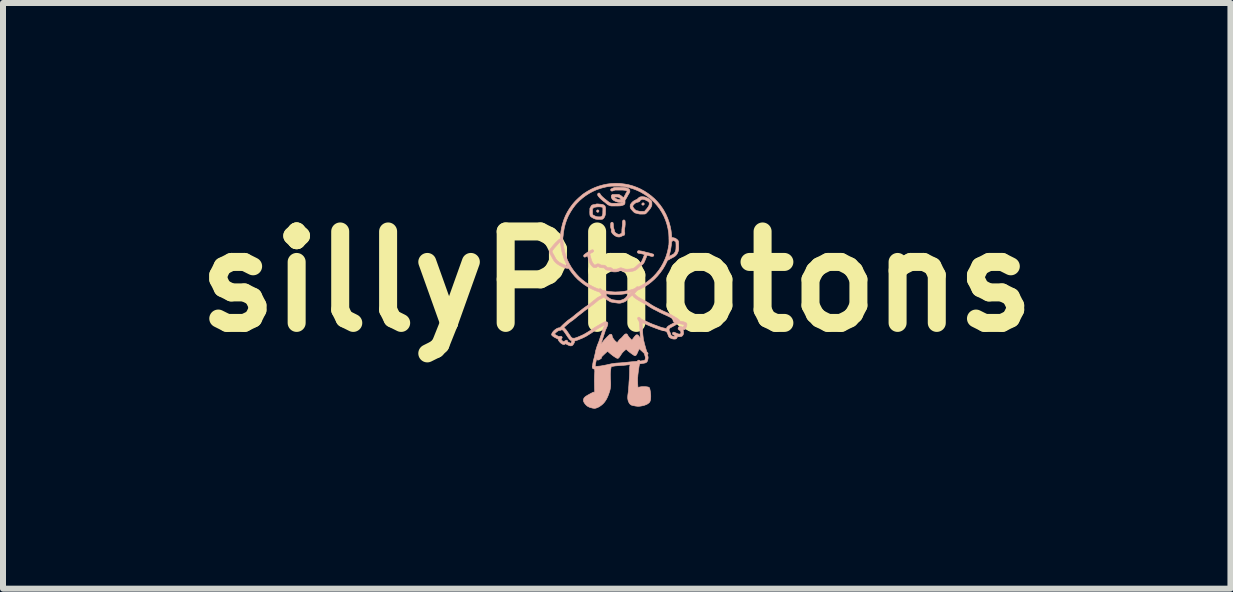
<source format=kicad_pcb>
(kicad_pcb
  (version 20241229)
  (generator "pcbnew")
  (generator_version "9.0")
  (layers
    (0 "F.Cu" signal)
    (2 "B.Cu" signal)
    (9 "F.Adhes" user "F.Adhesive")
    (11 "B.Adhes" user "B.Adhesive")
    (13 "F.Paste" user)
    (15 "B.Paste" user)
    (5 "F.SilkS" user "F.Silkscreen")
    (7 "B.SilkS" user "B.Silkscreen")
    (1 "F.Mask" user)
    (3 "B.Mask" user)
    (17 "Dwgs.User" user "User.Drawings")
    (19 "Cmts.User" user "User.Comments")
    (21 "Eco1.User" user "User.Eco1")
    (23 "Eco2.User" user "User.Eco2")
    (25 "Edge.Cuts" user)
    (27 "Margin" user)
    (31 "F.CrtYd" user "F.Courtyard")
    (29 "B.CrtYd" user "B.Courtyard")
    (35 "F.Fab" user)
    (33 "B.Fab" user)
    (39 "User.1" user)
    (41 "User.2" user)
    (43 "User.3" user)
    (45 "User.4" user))
  (footprint "sillyPhotons"
    (layer "F.Cu")
    (at 7.228 1.642)
    (property "Reference" "sillyPhotons" (at 0 0 0) (layer "F.SilkS") (effects (font (size 1.524 1.524) (thickness 0.3))))
    (attr through_hole)
    (fp_poly (pts (xy -0.306 -1.191) (xy -0.299 -1.185) (xy -0.296 -1.175) (xy -0.296 -1.174) (xy -0.299 -1.164) (xy -0.306 -1.157) (xy -0.315 -1.154) (xy -0.316 -1.154) (xy -0.324 -1.156) (xy -0.33 -1.16) (xy -0.335 -1.168) (xy -0.335 -1.177) (xy -0.332 -1.186) (xy -0.325 -1.192) (xy -0.316 -1.194) (xy -0.306 -1.191)) (stroke (width 0.01) (type solid)) (fill yes) (layer "B.SilkS"))
    (fp_poly (pts (xy 0.449 -1.309) (xy 0.455 -1.303) (xy 0.459 -1.296) (xy 0.458 -1.287) (xy 0.454 -1.28) (xy 0.446 -1.274) (xy 0.437 -1.273) (xy 0.427 -1.275) (xy 0.423 -1.278) (xy 0.418 -1.287) (xy 0.419 -1.296) (xy 0.424 -1.305) (xy 0.425 -1.305) (xy 0.433 -1.311) (xy 0.442 -1.312) (xy 0.449 -1.309)) (stroke (width 0.01) (type solid)) (fill yes) (layer "B.SilkS"))
    (fp_poly (pts (xy 0.129 -1.024) (xy 0.136 -1.017) (xy 0.137 -1.016) (xy 0.139 -1.009) (xy 0.14 -0.997) (xy 0.141 -0.983) (xy 0.141 -0.966) (xy 0.141 -0.949) (xy 0.139 -0.932) (xy 0.138 -0.917) (xy 0.137 -0.91) (xy 0.134 -0.893) (xy 0.132 -0.874) (xy 0.131 -0.857) (xy 0.13 -0.84) (xy 0.131 -0.827) (xy 0.133 -0.818) (xy 0.135 -0.808) (xy 0.134 -0.798) (xy 0.133 -0.797) (xy 0.131 -0.787) (xy 0.129 -0.779) (xy 0.128 -0.778) (xy 0.126 -0.772) (xy 0.121 -0.771) (xy 0.119 -0.771) (xy 0.113 -0.769) (xy 0.104 -0.766) (xy 0.093 -0.761) (xy 0.085 -0.757) (xy 0.072 -0.751) (xy 0.063 -0.747) (xy 0.054 -0.744) (xy 0.045 -0.743) (xy 0.039 -0.743) (xy 0.023 -0.743) (xy 0.009 -0.746) (xy -0.00034 -0.749) (xy -0.017 -0.756) (xy -0.034 -0.767) (xy -0.05 -0.779) (xy -0.065 -0.793) (xy -0.076 -0.806) (xy -0.079 -0.811) (xy -0.084 -0.82) (xy -0.088 -0.829) (xy -0.09 -0.832) (xy -0.092 -0.838) (xy -0.092 -0.844) (xy -0.09 -0.85) (xy -0.089 -0.856) (xy -0.088 -0.861) (xy -0.09 -0.868) (xy -0.093 -0.878) (xy -0.094 -0.881) (xy -0.098 -0.891) (xy -0.1 -0.9) (xy -0.101 -0.91) (xy -0.102 -0.922) (xy -0.102 -0.935) (xy -0.101 -0.954) (xy -0.1 -0.968) (xy -0.097 -0.978) (xy -0.092 -0.984) (xy -0.086 -0.987) (xy -0.078 -0.988) (xy -0.071 -0.986) (xy -0.065 -0.982) (xy -0.062 -0.98) (xy -0.06 -0.977) (xy -0.059 -0.972) (xy -0.058 -0.964) (xy -0.057 -0.953) (xy -0.056 -0.939) (xy -0.055 -0.922) (xy -0.054 -0.908) (xy -0.052 -0.897) (xy -0.049 -0.885) (xy -0.045 -0.873) (xy -0.041 -0.861) (xy -0.038 -0.849) (xy -0.036 -0.84) (xy -0.036 -0.836) (xy -0.032 -0.826) (xy -0.024 -0.816) (xy -0.011 -0.806) (xy 0.004 -0.797) (xy 0.02 -0.79) (xy 0.033 -0.787) (xy 0.045 -0.788) (xy 0.059 -0.793) (xy 0.067 -0.797) (xy 0.084 -0.807) (xy 0.086 -0.849) (xy 0.086 -0.866) (xy 0.088 -0.883) (xy 0.089 -0.898) (xy 0.091 -0.91) (xy 0.091 -0.912) (xy 0.093 -0.925) (xy 0.095 -0.942) (xy 0.096 -0.961) (xy 0.096 -0.969) (xy 0.096 -0.987) (xy 0.097 -1.001) (xy 0.099 -1.01) (xy 0.102 -1.017) (xy 0.106 -1.021) (xy 0.11 -1.024) (xy 0.12 -1.027) (xy 0.129 -1.024)) (stroke (width 0.01) (type solid)) (fill yes) (layer "B.SilkS"))
    (fp_poly (pts (xy -0.316 -1.293) (xy -0.302 -1.292) (xy -0.284 -1.29) (xy -0.284 -1.29) (xy -0.264 -1.288) (xy -0.249 -1.286) (xy -0.237 -1.284) (xy -0.227 -1.281) (xy -0.219 -1.277) (xy -0.215 -1.274) (xy -0.206 -1.268) (xy -0.199 -1.262) (xy -0.194 -1.255) (xy -0.191 -1.247) (xy -0.188 -1.236) (xy -0.187 -1.222) (xy -0.186 -1.204) (xy -0.187 -1.181) (xy -0.187 -1.167) (xy -0.188 -1.149) (xy -0.188 -1.135) (xy -0.189 -1.124) (xy -0.19 -1.116) (xy -0.192 -1.108) (xy -0.194 -1.1) (xy -0.197 -1.092) (xy -0.207 -1.07) (xy -0.218 -1.054) (xy -0.231 -1.043) (xy -0.235 -1.04) (xy -0.243 -1.038) (xy -0.255 -1.037) (xy -0.27 -1.036) (xy -0.287 -1.035) (xy -0.305 -1.036) (xy -0.322 -1.036) (xy -0.338 -1.038) (xy -0.35 -1.04) (xy -0.356 -1.041) (xy -0.373 -1.048) (xy -0.391 -1.056) (xy -0.409 -1.066) (xy -0.424 -1.076) (xy -0.435 -1.086) (xy -0.438 -1.089) (xy -0.442 -1.095) (xy -0.445 -1.103) (xy -0.447 -1.114) (xy -0.448 -1.128) (xy -0.449 -1.146) (xy -0.449 -1.168) (xy -0.448 -1.178) (xy -0.448 -1.211) (xy -0.404 -1.211) (xy -0.404 -1.116) (xy -0.393 -1.109) (xy -0.38 -1.101) (xy -0.364 -1.093) (xy -0.348 -1.086) (xy -0.34 -1.083) (xy -0.33 -1.08) (xy -0.315 -1.079) (xy -0.295 -1.078) (xy -0.293 -1.078) (xy -0.278 -1.078) (xy -0.267 -1.079) (xy -0.26 -1.08) (xy -0.255 -1.081) (xy -0.251 -1.083) (xy -0.248 -1.088) (xy -0.243 -1.097) (xy -0.239 -1.107) (xy -0.238 -1.108) (xy -0.236 -1.115) (xy -0.234 -1.122) (xy -0.233 -1.129) (xy -0.232 -1.138) (xy -0.232 -1.15) (xy -0.232 -1.165) (xy -0.231 -1.18) (xy -0.231 -1.233) (xy -0.241 -1.238) (xy -0.248 -1.24) (xy -0.261 -1.243) (xy -0.275 -1.244) (xy -0.292 -1.245) (xy -0.308 -1.245) (xy -0.323 -1.244) (xy -0.327 -1.244) (xy -0.346 -1.241) (xy -0.36 -1.239) (xy -0.37 -1.237) (xy -0.378 -1.234) (xy -0.384 -1.23) (xy -0.39 -1.225) (xy -0.392 -1.223) (xy -0.404 -1.211) (xy -0.448 -1.211) (xy -0.447 -1.221) (xy -0.437 -1.238) (xy -0.432 -1.247) (xy -0.428 -1.254) (xy -0.426 -1.258) (xy -0.426 -1.258) (xy -0.424 -1.262) (xy -0.418 -1.268) (xy -0.411 -1.273) (xy -0.405 -1.276) (xy -0.398 -1.279) (xy -0.387 -1.281) (xy -0.378 -1.282) (xy -0.366 -1.284) (xy -0.355 -1.286) (xy -0.349 -1.288) (xy -0.344 -1.291) (xy -0.339 -1.292) (xy -0.333 -1.293) (xy -0.326 -1.293) (xy -0.316 -1.293)) (stroke (width 0.01) (type solid)) (fill yes) (layer "B.SilkS"))
    (fp_poly (pts (xy 0.438 -1.413) (xy 0.453 -1.412) (xy 0.464 -1.41) (xy 0.466 -1.41) (xy 0.487 -1.403) (xy 0.509 -1.394) (xy 0.53 -1.383) (xy 0.548 -1.371) (xy 0.564 -1.358) (xy 0.576 -1.346) (xy 0.578 -1.343) (xy 0.581 -1.337) (xy 0.583 -1.332) (xy 0.585 -1.326) (xy 0.585 -1.318) (xy 0.586 -1.306) (xy 0.586 -1.298) (xy 0.586 -1.284) (xy 0.585 -1.274) (xy 0.584 -1.266) (xy 0.582 -1.259) (xy 0.578 -1.251) (xy 0.574 -1.242) (xy 0.568 -1.231) (xy 0.561 -1.22) (xy 0.552 -1.207) (xy 0.54 -1.192) (xy 0.527 -1.176) (xy 0.515 -1.163) (xy 0.504 -1.151) (xy 0.494 -1.141) (xy 0.487 -1.133) (xy 0.482 -1.13) (xy 0.482 -1.13) (xy 0.477 -1.128) (xy 0.471 -1.126) (xy 0.462 -1.125) (xy 0.45 -1.125) (xy 0.434 -1.124) (xy 0.43 -1.124) (xy 0.415 -1.124) (xy 0.401 -1.124) (xy 0.39 -1.124) (xy 0.383 -1.125) (xy 0.381 -1.125) (xy 0.373 -1.127) (xy 0.361 -1.129) (xy 0.348 -1.132) (xy 0.334 -1.136) (xy 0.321 -1.139) (xy 0.31 -1.142) (xy 0.304 -1.144) (xy 0.303 -1.144) (xy 0.297 -1.148) (xy 0.288 -1.155) (xy 0.277 -1.165) (xy 0.266 -1.177) (xy 0.255 -1.189) (xy 0.245 -1.2) (xy 0.237 -1.211) (xy 0.235 -1.214) (xy 0.23 -1.223) (xy 0.227 -1.231) (xy 0.225 -1.238) (xy 0.224 -1.248) (xy 0.224 -1.254) (xy 0.268 -1.254) (xy 0.27 -1.244) (xy 0.277 -1.232) (xy 0.287 -1.218) (xy 0.301 -1.203) (xy 0.303 -1.202) (xy 0.312 -1.193) (xy 0.319 -1.187) (xy 0.326 -1.183) (xy 0.333 -1.181) (xy 0.337 -1.18) (xy 0.35 -1.178) (xy 0.362 -1.175) (xy 0.368 -1.173) (xy 0.379 -1.171) (xy 0.395 -1.169) (xy 0.416 -1.169) (xy 0.422 -1.169) (xy 0.462 -1.168) (xy 0.493 -1.204) (xy 0.509 -1.223) (xy 0.521 -1.24) (xy 0.53 -1.254) (xy 0.536 -1.266) (xy 0.54 -1.278) (xy 0.542 -1.29) (xy 0.542 -1.297) (xy 0.542 -1.308) (xy 0.541 -1.315) (xy 0.539 -1.32) (xy 0.535 -1.324) (xy 0.534 -1.325) (xy 0.516 -1.34) (xy 0.493 -1.352) (xy 0.468 -1.363) (xy 0.452 -1.367) (xy 0.438 -1.37) (xy 0.428 -1.371) (xy 0.42 -1.37) (xy 0.415 -1.366) (xy 0.413 -1.365) (xy 0.404 -1.359) (xy 0.398 -1.357) (xy 0.392 -1.357) (xy 0.39 -1.353) (xy 0.389 -1.352) (xy 0.388 -1.344) (xy 0.386 -1.34) (xy 0.382 -1.336) (xy 0.373 -1.331) (xy 0.363 -1.326) (xy 0.352 -1.322) (xy 0.343 -1.321) (xy 0.342 -1.321) (xy 0.329 -1.318) (xy 0.314 -1.31) (xy 0.297 -1.297) (xy 0.293 -1.293) (xy 0.281 -1.281) (xy 0.273 -1.271) (xy 0.269 -1.262) (xy 0.268 -1.254) (xy 0.224 -1.254) (xy 0.224 -1.255) (xy 0.225 -1.266) (xy 0.225 -1.275) (xy 0.228 -1.281) (xy 0.232 -1.288) (xy 0.235 -1.294) (xy 0.252 -1.316) (xy 0.272 -1.335) (xy 0.294 -1.35) (xy 0.317 -1.361) (xy 0.325 -1.364) (xy 0.335 -1.368) (xy 0.346 -1.376) (xy 0.353 -1.384) (xy 0.368 -1.397) (xy 0.383 -1.407) (xy 0.4 -1.412) (xy 0.419 -1.414) (xy 0.424 -1.414) (xy 0.438 -1.413)) (stroke (width 0.01) (type solid)) (fill yes) (layer "B.SilkS"))
    (fp_poly (pts (xy 0.099 -1.569) (xy 0.11 -1.569) (xy 0.12 -1.568) (xy 0.128 -1.567) (xy 0.136 -1.566) (xy 0.144 -1.564) (xy 0.151 -1.562) (xy 0.171 -1.557) (xy 0.186 -1.552) (xy 0.197 -1.546) (xy 0.205 -1.54) (xy 0.21 -1.535) (xy 0.217 -1.522) (xy 0.22 -1.507) (xy 0.217 -1.491) (xy 0.209 -1.474) (xy 0.206 -1.47) (xy 0.201 -1.462) (xy 0.194 -1.45) (xy 0.186 -1.436) (xy 0.178 -1.421) (xy 0.178 -1.42) (xy 0.17 -1.406) (xy 0.162 -1.392) (xy 0.155 -1.38) (xy 0.149 -1.372) (xy 0.149 -1.371) (xy 0.138 -1.356) (xy 0.138 -1.329) (xy 0.138 -1.312) (xy 0.136 -1.299) (xy 0.131 -1.289) (xy 0.124 -1.282) (xy 0.112 -1.275) (xy 0.096 -1.27) (xy 0.086 -1.267) (xy 0.079 -1.265) (xy 0.072 -1.263) (xy 0.064 -1.262) (xy 0.055 -1.261) (xy 0.043 -1.261) (xy 0.028 -1.26) (xy 0.009 -1.26) (xy -0.014 -1.26) (xy -0.016 -1.26) (xy -0.039 -1.259) (xy -0.057 -1.259) (xy -0.071 -1.259) (xy -0.082 -1.259) (xy -0.091 -1.26) (xy -0.097 -1.261) (xy -0.103 -1.262) (xy -0.108 -1.263) (xy -0.113 -1.265) (xy -0.129 -1.271) (xy -0.141 -1.277) (xy -0.152 -1.283) (xy -0.162 -1.291) (xy -0.171 -1.299) (xy -0.181 -1.307) (xy -0.194 -1.318) (xy -0.208 -1.329) (xy -0.222 -1.339) (xy -0.236 -1.351) (xy -0.253 -1.365) (xy -0.269 -1.38) (xy -0.281 -1.392) (xy -0.296 -1.409) (xy -0.308 -1.423) (xy -0.315 -1.435) (xy -0.318 -1.446) (xy -0.318 -1.455) (xy -0.316 -1.463) (xy -0.309 -1.471) (xy -0.3 -1.475) (xy -0.291 -1.475) (xy -0.283 -1.47) (xy -0.277 -1.461) (xy -0.275 -1.456) (xy -0.272 -1.449) (xy -0.264 -1.44) (xy -0.254 -1.428) (xy -0.241 -1.415) (xy -0.226 -1.401) (xy -0.21 -1.387) (xy -0.193 -1.373) (xy -0.189 -1.37) (xy -0.175 -1.359) (xy -0.162 -1.348) (xy -0.15 -1.339) (xy -0.14 -1.331) (xy -0.136 -1.328) (xy -0.128 -1.321) (xy -0.12 -1.316) (xy -0.112 -1.312) (xy -0.103 -1.309) (xy -0.092 -1.306) (xy -0.078 -1.305) (xy -0.061 -1.304) (xy -0.039 -1.304) (xy -0.019 -1.304) (xy 0.005 -1.304) (xy 0.024 -1.305) (xy 0.04 -1.305) (xy 0.052 -1.306) (xy 0.062 -1.307) (xy 0.07 -1.309) (xy 0.072 -1.309) (xy 0.082 -1.312) (xy 0.089 -1.314) (xy 0.092 -1.317) (xy 0.093 -1.321) (xy 0.093 -1.325) (xy 0.09 -1.326) (xy 0.088 -1.325) (xy 0.081 -1.323) (xy 0.069 -1.322) (xy 0.054 -1.321) (xy 0.039 -1.322) (xy 0.025 -1.323) (xy 0.014 -1.325) (xy -0.003 -1.33) (xy -0.023 -1.338) (xy -0.041 -1.347) (xy -0.057 -1.357) (xy -0.065 -1.363) (xy -0.078 -1.377) (xy -0.086 -1.395) (xy -0.088 -1.406) (xy -0.042 -1.406) (xy -0.04 -1.4) (xy -0.033 -1.394) (xy -0.022 -1.387) (xy -0.009 -1.38) (xy 0.005 -1.374) (xy 0.021 -1.369) (xy 0.023 -1.368) (xy 0.034 -1.366) (xy 0.046 -1.365) (xy 0.057 -1.364) (xy 0.067 -1.365) (xy 0.072 -1.367) (xy 0.073 -1.367) (xy 0.072 -1.37) (xy 0.068 -1.375) (xy 0.061 -1.382) (xy 0.053 -1.389) (xy 0.045 -1.396) (xy 0.037 -1.401) (xy 0.035 -1.401) (xy 0.029 -1.404) (xy 0.022 -1.406) (xy 0.014 -1.408) (xy 0.004 -1.408) (xy -0.01 -1.408) (xy -0.024 -1.408) (xy -0.034 -1.407) (xy -0.041 -1.406) (xy -0.042 -1.406) (xy -0.088 -1.406) (xy -0.09 -1.415) (xy -0.09 -1.42) (xy -0.09 -1.429) (xy -0.087 -1.436) (xy -0.082 -1.442) (xy -0.082 -1.442) (xy -0.074 -1.451) (xy 0.036 -1.451) (xy 0.055 -1.441) (xy 0.067 -1.434) (xy 0.08 -1.425) (xy 0.092 -1.415) (xy 0.093 -1.414) (xy 0.101 -1.406) (xy 0.108 -1.401) (xy 0.112 -1.397) (xy 0.113 -1.397) (xy 0.115 -1.399) (xy 0.119 -1.406) (xy 0.124 -1.415) (xy 0.131 -1.427) (xy 0.138 -1.439) (xy 0.144 -1.452) (xy 0.15 -1.463) (xy 0.151 -1.465) (xy 0.157 -1.476) (xy 0.164 -1.487) (xy 0.167 -1.493) (xy 0.172 -1.5) (xy 0.173 -1.505) (xy 0.171 -1.509) (xy 0.165 -1.512) (xy 0.154 -1.516) (xy 0.145 -1.518) (xy 0.137 -1.52) (xy 0.13 -1.521) (xy 0.121 -1.522) (xy 0.111 -1.523) (xy 0.099 -1.524) (xy 0.083 -1.524) (xy 0.063 -1.524) (xy 0.047 -1.524) (xy -0.028 -1.524) (xy -0.05 -1.516) (xy -0.066 -1.51) (xy -0.077 -1.508) (xy -0.086 -1.508) (xy -0.092 -1.511) (xy -0.096 -1.515) (xy -0.101 -1.524) (xy -0.101 -1.532) (xy -0.097 -1.54) (xy -0.087 -1.547) (xy -0.072 -1.554) (xy -0.063 -1.558) (xy -0.038 -1.568) (xy 0.042 -1.569) (xy 0.065 -1.569) (xy 0.084 -1.569) (xy 0.099 -1.569)) (stroke (width 0.01) (type solid)) (fill yes) (layer "B.SilkS"))
    (fp_poly (pts (xy -0.394 -0.528) (xy -0.39 -0.524) (xy -0.384 -0.515) (xy -0.384 -0.506) (xy -0.389 -0.497) (xy -0.4 -0.488) (xy -0.412 -0.482) (xy -0.426 -0.475) (xy -0.436 -0.469) (xy -0.442 -0.464) (xy -0.445 -0.459) (xy -0.446 -0.453) (xy -0.446 -0.453) (xy -0.445 -0.446) (xy -0.443 -0.435) (xy -0.439 -0.423) (xy -0.438 -0.417) (xy -0.433 -0.403) (xy -0.429 -0.388) (xy -0.426 -0.376) (xy -0.425 -0.373) (xy -0.421 -0.358) (xy -0.417 -0.347) (xy -0.413 -0.336) (xy -0.406 -0.324) (xy -0.403 -0.318) (xy -0.393 -0.303) (xy -0.384 -0.29) (xy -0.375 -0.281) (xy -0.368 -0.276) (xy -0.366 -0.275) (xy -0.361 -0.275) (xy -0.352 -0.28) (xy -0.345 -0.284) (xy -0.335 -0.29) (xy -0.328 -0.293) (xy -0.32 -0.295) (xy -0.312 -0.295) (xy -0.302 -0.294) (xy -0.294 -0.293) (xy -0.285 -0.289) (xy -0.278 -0.284) (xy -0.269 -0.279) (xy -0.262 -0.276) (xy -0.255 -0.274) (xy -0.246 -0.274) (xy -0.235 -0.274) (xy -0.219 -0.273) (xy -0.206 -0.272) (xy -0.196 -0.269) (xy -0.187 -0.263) (xy -0.177 -0.255) (xy -0.172 -0.25) (xy -0.153 -0.231) (xy -0.126 -0.231) (xy -0.11 -0.231) (xy -0.098 -0.23) (xy -0.089 -0.227) (xy -0.081 -0.223) (xy -0.073 -0.216) (xy -0.073 -0.216) (xy -0.062 -0.206) (xy -0.027 -0.207) (xy -0.012 -0.207) (xy -0.002 -0.208) (xy 0.007 -0.209) (xy 0.014 -0.211) (xy 0.023 -0.215) (xy 0.03 -0.218) (xy 0.048 -0.225) (xy 0.064 -0.229) (xy 0.079 -0.228) (xy 0.094 -0.224) (xy 0.102 -0.22) (xy 0.118 -0.214) (xy 0.133 -0.21) (xy 0.15 -0.207) (xy 0.171 -0.206) (xy 0.179 -0.206) (xy 0.198 -0.207) (xy 0.219 -0.209) (xy 0.239 -0.212) (xy 0.259 -0.216) (xy 0.276 -0.221) (xy 0.289 -0.226) (xy 0.29 -0.227) (xy 0.297 -0.232) (xy 0.307 -0.239) (xy 0.318 -0.249) (xy 0.331 -0.26) (xy 0.337 -0.266) (xy 0.35 -0.278) (xy 0.363 -0.289) (xy 0.375 -0.299) (xy 0.384 -0.307) (xy 0.388 -0.309) (xy 0.398 -0.316) (xy 0.407 -0.325) (xy 0.413 -0.332) (xy 0.416 -0.338) (xy 0.421 -0.348) (xy 0.427 -0.362) (xy 0.434 -0.377) (xy 0.441 -0.393) (xy 0.447 -0.409) (xy 0.453 -0.423) (xy 0.457 -0.434) (xy 0.459 -0.442) (xy 0.459 -0.442) (xy 0.46 -0.447) (xy 0.459 -0.449) (xy 0.455 -0.452) (xy 0.449 -0.454) (xy 0.438 -0.457) (xy 0.425 -0.46) (xy 0.409 -0.463) (xy 0.393 -0.466) (xy 0.387 -0.467) (xy 0.372 -0.469) (xy 0.362 -0.472) (xy 0.355 -0.474) (xy 0.351 -0.477) (xy 0.345 -0.486) (xy 0.344 -0.495) (xy 0.347 -0.504) (xy 0.353 -0.51) (xy 0.362 -0.514) (xy 0.364 -0.514) (xy 0.378 -0.513) (xy 0.395 -0.51) (xy 0.415 -0.507) (xy 0.437 -0.502) (xy 0.459 -0.497) (xy 0.475 -0.492) (xy 0.492 -0.488) (xy 0.508 -0.484) (xy 0.522 -0.48) (xy 0.533 -0.478) (xy 0.537 -0.477) (xy 0.55 -0.474) (xy 0.564 -0.47) (xy 0.574 -0.467) (xy 0.584 -0.464) (xy 0.594 -0.461) (xy 0.599 -0.46) (xy 0.607 -0.457) (xy 0.614 -0.451) (xy 0.618 -0.442) (xy 0.618 -0.438) (xy 0.616 -0.429) (xy 0.609 -0.422) (xy 0.599 -0.419) (xy 0.586 -0.418) (xy 0.571 -0.421) (xy 0.564 -0.423) (xy 0.555 -0.426) (xy 0.544 -0.429) (xy 0.531 -0.433) (xy 0.52 -0.435) (xy 0.51 -0.437) (xy 0.505 -0.437) (xy 0.503 -0.435) (xy 0.501 -0.428) (xy 0.498 -0.421) (xy 0.495 -0.411) (xy 0.491 -0.399) (xy 0.485 -0.385) (xy 0.482 -0.377) (xy 0.472 -0.353) (xy 0.464 -0.334) (xy 0.457 -0.319) (xy 0.45 -0.307) (xy 0.443 -0.298) (xy 0.436 -0.29) (xy 0.429 -0.283) (xy 0.419 -0.277) (xy 0.416 -0.275) (xy 0.406 -0.267) (xy 0.394 -0.257) (xy 0.381 -0.246) (xy 0.37 -0.236) (xy 0.352 -0.219) (xy 0.336 -0.205) (xy 0.323 -0.195) (xy 0.31 -0.187) (xy 0.296 -0.181) (xy 0.281 -0.176) (xy 0.264 -0.172) (xy 0.256 -0.17) (xy 0.215 -0.164) (xy 0.177 -0.161) (xy 0.142 -0.163) (xy 0.111 -0.169) (xy 0.083 -0.18) (xy 0.083 -0.18) (xy 0.068 -0.187) (xy 0.046 -0.177) (xy 0.033 -0.172) (xy 0.021 -0.167) (xy 0.01 -0.164) (xy 0.008 -0.164) (xy -0.004 -0.162) (xy -0.019 -0.161) (xy -0.035 -0.161) (xy -0.05 -0.161) (xy -0.064 -0.163) (xy -0.075 -0.164) (xy -0.077 -0.165) (xy -0.086 -0.17) (xy -0.096 -0.176) (xy -0.098 -0.178) (xy -0.102 -0.182) (xy -0.106 -0.185) (xy -0.112 -0.187) (xy -0.119 -0.188) (xy -0.131 -0.188) (xy -0.136 -0.188) (xy -0.153 -0.19) (xy -0.167 -0.192) (xy -0.177 -0.196) (xy -0.187 -0.203) (xy -0.198 -0.213) (xy -0.199 -0.214) (xy -0.213 -0.228) (xy -0.243 -0.229) (xy -0.257 -0.23) (xy -0.268 -0.231) (xy -0.278 -0.234) (xy -0.287 -0.238) (xy -0.299 -0.245) (xy -0.304 -0.248) (xy -0.309 -0.25) (xy -0.314 -0.25) (xy -0.32 -0.247) (xy -0.33 -0.241) (xy -0.333 -0.238) (xy -0.34 -0.234) (xy -0.347 -0.232) (xy -0.358 -0.231) (xy -0.36 -0.231) (xy -0.373 -0.232) (xy -0.383 -0.234) (xy -0.392 -0.238) (xy -0.402 -0.246) (xy -0.408 -0.252) (xy -0.426 -0.272) (xy -0.442 -0.296) (xy -0.455 -0.322) (xy -0.465 -0.35) (xy -0.467 -0.358) (xy -0.47 -0.371) (xy -0.474 -0.387) (xy -0.479 -0.402) (xy -0.48 -0.406) (xy -0.489 -0.432) (xy -0.498 -0.426) (xy -0.506 -0.419) (xy -0.514 -0.413) (xy -0.515 -0.413) (xy -0.525 -0.408) (xy -0.534 -0.407) (xy -0.542 -0.41) (xy -0.548 -0.416) (xy -0.551 -0.425) (xy -0.55 -0.435) (xy -0.546 -0.443) (xy -0.54 -0.448) (xy -0.531 -0.456) (xy -0.519 -0.465) (xy -0.505 -0.475) (xy -0.49 -0.486) (xy -0.474 -0.496) (xy -0.46 -0.506) (xy -0.447 -0.513) (xy -0.436 -0.519) (xy -0.435 -0.52) (xy -0.42 -0.526) (xy -0.409 -0.53) (xy -0.401 -0.53) (xy -0.394 -0.528)) (stroke (width 0.01) (type solid)) (fill yes) (layer "B.SilkS"))
    (fp_poly (pts (xy 0.053 -1.635) (xy 0.061 -1.634) (xy 0.133 -1.625) (xy 0.203 -1.612) (xy 0.271 -1.593) (xy 0.337 -1.569) (xy 0.401 -1.54) (xy 0.463 -1.506) (xy 0.521 -1.468) (xy 0.577 -1.426) (xy 0.63 -1.38) (xy 0.679 -1.329) (xy 0.724 -1.275) (xy 0.765 -1.217) (xy 0.785 -1.185) (xy 0.82 -1.121) (xy 0.849 -1.055) (xy 0.873 -0.987) (xy 0.892 -0.918) (xy 0.906 -0.847) (xy 0.914 -0.775) (xy 0.914 -0.771) (xy 0.915 -0.758) (xy 0.916 -0.747) (xy 0.917 -0.739) (xy 0.917 -0.735) (xy 0.917 -0.735) (xy 0.921 -0.734) (xy 0.928 -0.733) (xy 0.937 -0.731) (xy 0.953 -0.728) (xy 0.964 -0.725) (xy 0.974 -0.722) (xy 0.982 -0.718) (xy 0.99 -0.712) (xy 0.997 -0.708) (xy 1.009 -0.698) (xy 1.018 -0.689) (xy 1.024 -0.68) (xy 1.024 -0.679) (xy 1.027 -0.674) (xy 1.028 -0.67) (xy 1.03 -0.665) (xy 1.031 -0.659) (xy 1.031 -0.65) (xy 1.032 -0.639) (xy 1.032 -0.623) (xy 1.032 -0.604) (xy 1.032 -0.597) (xy 1.033 -0.576) (xy 1.033 -0.559) (xy 1.033 -0.546) (xy 1.032 -0.537) (xy 1.032 -0.529) (xy 1.03 -0.522) (xy 1.029 -0.516) (xy 1.027 -0.51) (xy 1.026 -0.507) (xy 1.016 -0.481) (xy 1.005 -0.459) (xy 0.992 -0.442) (xy 0.976 -0.426) (xy 0.956 -0.412) (xy 0.932 -0.399) (xy 0.93 -0.398) (xy 0.916 -0.39) (xy 0.901 -0.383) (xy 0.889 -0.376) (xy 0.881 -0.37) (xy 0.879 -0.369) (xy 0.868 -0.362) (xy 0.858 -0.359) (xy 0.857 -0.358) (xy 0.853 -0.358) (xy 0.849 -0.357) (xy 0.846 -0.353) (xy 0.843 -0.346) (xy 0.838 -0.336) (xy 0.836 -0.331) (xy 0.803 -0.266) (xy 0.767 -0.205) (xy 0.725 -0.147) (xy 0.68 -0.092) (xy 0.631 -0.041) (xy 0.577 0.007) (xy 0.521 0.05) (xy 0.461 0.089) (xy 0.398 0.123) (xy 0.367 0.137) (xy 0.356 0.142) (xy 0.348 0.147) (xy 0.341 0.151) (xy 0.334 0.157) (xy 0.326 0.165) (xy 0.316 0.177) (xy 0.315 0.178) (xy 0.29 0.207) (xy 0.299 0.21) (xy 0.306 0.213) (xy 0.312 0.22) (xy 0.32 0.229) (xy 0.332 0.239) (xy 0.348 0.251) (xy 0.369 0.265) (xy 0.394 0.279) (xy 0.421 0.295) (xy 0.422 0.295) (xy 0.453 0.312) (xy 0.481 0.328) (xy 0.506 0.342) (xy 0.529 0.356) (xy 0.552 0.371) (xy 0.566 0.38) (xy 0.583 0.392) (xy 0.604 0.404) (xy 0.625 0.416) (xy 0.644 0.426) (xy 0.648 0.428) (xy 0.666 0.437) (xy 0.687 0.448) (xy 0.708 0.458) (xy 0.727 0.468) (xy 0.731 0.47) (xy 0.747 0.478) (xy 0.765 0.487) (xy 0.783 0.495) (xy 0.798 0.502) (xy 0.801 0.503) (xy 0.838 0.519) (xy 0.872 0.535) (xy 0.904 0.551) (xy 0.935 0.569) (xy 0.968 0.589) (xy 1.002 0.609) (xy 1.019 0.621) (xy 1.033 0.631) (xy 1.042 0.639) (xy 1.047 0.646) (xy 1.05 0.653) (xy 1.05 0.655) (xy 1.052 0.66) (xy 1.054 0.66) (xy 1.065 0.661) (xy 1.079 0.663) (xy 1.096 0.667) (xy 1.112 0.67) (xy 1.126 0.674) (xy 1.136 0.678) (xy 1.15 0.684) (xy 1.16 0.691) (xy 1.166 0.697) (xy 1.169 0.706) (xy 1.17 0.717) (xy 1.17 0.718) (xy 1.169 0.727) (xy 1.168 0.736) (xy 1.165 0.746) (xy 1.159 0.758) (xy 1.157 0.763) (xy 1.152 0.775) (xy 1.146 0.785) (xy 1.141 0.793) (xy 1.138 0.796) (xy 1.131 0.8) (xy 1.121 0.803) (xy 1.117 0.803) (xy 1.104 0.805) (xy 1.108 0.814) (xy 1.11 0.822) (xy 1.112 0.833) (xy 1.113 0.845) (xy 1.113 0.846) (xy 1.114 0.858) (xy 1.114 0.866) (xy 1.112 0.874) (xy 1.109 0.882) (xy 1.108 0.883) (xy 1.1 0.898) (xy 1.089 0.909) (xy 1.076 0.916) (xy 1.058 0.919) (xy 1.038 0.92) (xy 1.014 0.919) (xy 1.006 0.933) (xy 0.999 0.946) (xy 0.99 0.954) (xy 0.978 0.958) (xy 0.968 0.959) (xy 0.943 0.958) (xy 0.917 0.952) (xy 0.899 0.944) (xy 0.886 0.937) (xy 0.876 0.93) (xy 0.869 0.92) (xy 0.862 0.908) (xy 0.857 0.892) (xy 0.852 0.878) (xy 0.846 0.864) (xy 0.841 0.852) (xy 0.84 0.851) (xy 0.835 0.843) (xy 0.83 0.837) (xy 0.824 0.832) (xy 0.816 0.828) (xy 0.805 0.825) (xy 0.79 0.821) (xy 0.77 0.817) (xy 0.769 0.817) (xy 0.755 0.813) (xy 0.741 0.81) (xy 0.737 0.809) (xy 0.872 0.809) (xy 0.874 0.816) (xy 0.877 0.824) (xy 0.882 0.834) (xy 0.888 0.847) (xy 0.894 0.862) (xy 0.898 0.873) (xy 0.902 0.886) (xy 0.906 0.895) (xy 0.912 0.901) (xy 0.92 0.906) (xy 0.927 0.908) (xy 0.94 0.913) (xy 0.952 0.914) (xy 0.962 0.913) (xy 0.968 0.91) (xy 0.968 0.909) (xy 0.97 0.904) (xy 0.97 0.901) (xy 0.967 0.899) (xy 0.959 0.895) (xy 0.956 0.893) (xy 0.942 0.887) (xy 0.934 0.88) (xy 0.929 0.872) (xy 0.929 0.865) (xy 0.931 0.856) (xy 0.938 0.848) (xy 0.947 0.844) (xy 0.95 0.844) (xy 0.956 0.845) (xy 0.965 0.848) (xy 0.976 0.853) (xy 0.99 0.858) (xy 0.992 0.859) (xy 1.007 0.866) (xy 1.019 0.871) (xy 1.028 0.873) (xy 1.036 0.875) (xy 1.043 0.875) (xy 1.056 0.874) (xy 1.064 0.87) (xy 1.068 0.863) (xy 1.069 0.852) (xy 1.069 0.848) (xy 1.066 0.832) (xy 1.06 0.821) (xy 1.051 0.814) (xy 1.049 0.813) (xy 1.037 0.806) (xy 1.028 0.797) (xy 1.024 0.791) (xy 1.023 0.781) (xy 1.026 0.77) (xy 1.031 0.76) (xy 1.035 0.756) (xy 1.044 0.749) (xy 1.054 0.746) (xy 1.065 0.747) (xy 1.079 0.752) (xy 1.091 0.757) (xy 1.1 0.759) (xy 1.107 0.758) (xy 1.112 0.753) (xy 1.117 0.744) (xy 1.121 0.733) (xy 1.126 0.722) (xy 1.114 0.717) (xy 1.106 0.715) (xy 1.095 0.712) (xy 1.081 0.709) (xy 1.069 0.707) (xy 1.055 0.705) (xy 1.043 0.703) (xy 1.033 0.701) (xy 1.028 0.7) (xy 1.024 0.699) (xy 1.02 0.7) (xy 1.014 0.702) (xy 1.006 0.707) (xy 0.995 0.714) (xy 0.992 0.716) (xy 0.978 0.725) (xy 0.961 0.735) (xy 0.943 0.744) (xy 0.929 0.752) (xy 0.91 0.762) (xy 0.897 0.769) (xy 0.887 0.776) (xy 0.88 0.782) (xy 0.876 0.788) (xy 0.874 0.794) (xy 0.873 0.8) (xy 0.872 0.809) (xy 0.737 0.809) (xy 0.724 0.805) (xy 0.706 0.799) (xy 0.685 0.791) (xy 0.659 0.782) (xy 0.641 0.775) (xy 0.626 0.769) (xy 0.609 0.763) (xy 0.594 0.757) (xy 0.59 0.756) (xy 0.58 0.752) (xy 0.566 0.746) (xy 0.549 0.739) (xy 0.531 0.731) (xy 0.513 0.723) (xy 0.512 0.723) (xy 0.486 0.711) (xy 0.466 0.702) (xy 0.449 0.694) (xy 0.437 0.69) (xy 0.429 0.687) (xy 0.425 0.686) (xy 0.425 0.686) (xy 0.424 0.689) (xy 0.425 0.697) (xy 0.425 0.708) (xy 0.426 0.722) (xy 0.426 0.728) (xy 0.427 0.745) (xy 0.428 0.765) (xy 0.429 0.787) (xy 0.431 0.809) (xy 0.432 0.827) (xy 0.433 0.854) (xy 0.435 0.881) (xy 0.438 0.907) (xy 0.441 0.931) (xy 0.443 0.953) (xy 0.446 0.971) (xy 0.449 0.985) (xy 0.452 0.994) (xy 0.455 1.003) (xy 0.457 1.011) (xy 0.457 1.014) (xy 0.458 1.019) (xy 0.46 1.028) (xy 0.463 1.04) (xy 0.467 1.054) (xy 0.469 1.06) (xy 0.474 1.078) (xy 0.479 1.098) (xy 0.485 1.118) (xy 0.49 1.134) (xy 0.494 1.149) (xy 0.498 1.16) (xy 0.501 1.168) (xy 0.505 1.175) (xy 0.51 1.181) (xy 0.511 1.181) (xy 0.519 1.192) (xy 0.522 1.2) (xy 0.52 1.209) (xy 0.518 1.213) (xy 0.515 1.217) (xy 0.514 1.22) (xy 0.515 1.225) (xy 0.516 1.232) (xy 0.52 1.244) (xy 0.52 1.247) (xy 0.522 1.255) (xy 0.523 1.262) (xy 0.523 1.27) (xy 0.522 1.282) (xy 0.521 1.288) (xy 0.516 1.31) (xy 0.51 1.328) (xy 0.501 1.341) (xy 0.49 1.35) (xy 0.477 1.356) (xy 0.469 1.358) (xy 0.458 1.36) (xy 0.443 1.363) (xy 0.427 1.365) (xy 0.424 1.366) (xy 0.409 1.368) (xy 0.397 1.369) (xy 0.388 1.371) (xy 0.383 1.372) (xy 0.382 1.372) (xy 0.38 1.377) (xy 0.378 1.386) (xy 0.375 1.399) (xy 0.372 1.416) (xy 0.369 1.436) (xy 0.366 1.458) (xy 0.362 1.481) (xy 0.359 1.506) (xy 0.356 1.531) (xy 0.353 1.555) (xy 0.352 1.564) (xy 0.351 1.583) (xy 0.349 1.6) (xy 0.348 1.614) (xy 0.348 1.628) (xy 0.348 1.642) (xy 0.348 1.658) (xy 0.349 1.678) (xy 0.349 1.693) (xy 0.35 1.712) (xy 0.351 1.729) (xy 0.352 1.744) (xy 0.353 1.754) (xy 0.353 1.761) (xy 0.353 1.763) (xy 0.356 1.763) (xy 0.364 1.761) (xy 0.374 1.759) (xy 0.383 1.758) (xy 0.402 1.754) (xy 0.423 1.752) (xy 0.445 1.752) (xy 0.467 1.752) (xy 0.488 1.753) (xy 0.506 1.755) (xy 0.522 1.758) (xy 0.534 1.762) (xy 0.54 1.766) (xy 0.544 1.77) (xy 0.547 1.774) (xy 0.549 1.78) (xy 0.551 1.789) (xy 0.554 1.801) (xy 0.557 1.817) (xy 0.558 1.82) (xy 0.563 1.852) (xy 0.566 1.883) (xy 0.567 1.913) (xy 0.566 1.94) (xy 0.564 1.965) (xy 0.559 1.985) (xy 0.553 2.002) (xy 0.546 2.013) (xy 0.537 2.022) (xy 0.524 2.032) (xy 0.511 2.041) (xy 0.5 2.047) (xy 0.478 2.056) (xy 0.453 2.065) (xy 0.426 2.071) (xy 0.398 2.076) (xy 0.372 2.079) (xy 0.349 2.079) (xy 0.346 2.079) (xy 0.33 2.077) (xy 0.313 2.075) (xy 0.294 2.071) (xy 0.276 2.068) (xy 0.26 2.064) (xy 0.247 2.06) (xy 0.242 2.058) (xy 0.227 2.048) (xy 0.213 2.033) (xy 0.202 2.014) (xy 0.192 1.99) (xy 0.189 1.979) (xy 0.184 1.955) (xy 0.183 1.927) (xy 0.185 1.895) (xy 0.189 1.866) (xy 0.194 1.833) (xy 0.197 1.797) (xy 0.2 1.756) (xy 0.202 1.73) (xy 0.203 1.715) (xy 0.204 1.696) (xy 0.205 1.675) (xy 0.207 1.653) (xy 0.209 1.631) (xy 0.209 1.63) (xy 0.213 1.568) (xy 0.215 1.502) (xy 0.215 1.498) (xy 0.215 1.471) (xy 0.215 1.45) (xy 0.216 1.433) (xy 0.217 1.42) (xy 0.218 1.41) (xy 0.219 1.407) (xy 0.221 1.397) (xy 0.222 1.39) (xy 0.223 1.386) (xy 0.223 1.386) (xy 0.22 1.386) (xy 0.213 1.386) (xy 0.202 1.387) (xy 0.188 1.388) (xy 0.171 1.39) (xy 0.154 1.392) (xy 0.148 1.393) (xy 0.135 1.394) (xy 0.118 1.396) (xy 0.099 1.397) (xy 0.078 1.399) (xy 0.058 1.4) (xy 0.058 1.4) (xy 0.027 1.402) (xy 0.001 1.404) (xy -0.024 1.406) (xy -0.049 1.41) (xy -0.075 1.414) (xy -0.092 1.417) (xy -0.099 1.459) (xy -0.104 1.5) (xy -0.107 1.542) (xy -0.106 1.587) (xy -0.105 1.625) (xy -0.102 1.662) (xy -0.101 1.694) (xy -0.101 1.723) (xy -0.103 1.749) (xy -0.106 1.774) (xy -0.11 1.798) (xy -0.116 1.822) (xy -0.124 1.848) (xy -0.134 1.876) (xy -0.136 1.882) (xy -0.152 1.922) (xy -0.169 1.957) (xy -0.188 1.988) (xy -0.208 2.015) (xy -0.23 2.039) (xy -0.251 2.057) (xy -0.274 2.074) (xy -0.297 2.089) (xy -0.32 2.1) (xy -0.341 2.108) (xy -0.361 2.113) (xy -0.372 2.114) (xy -0.38 2.113) (xy -0.392 2.111) (xy -0.406 2.109) (xy -0.416 2.106) (xy -0.446 2.098) (xy -0.471 2.087) (xy -0.493 2.074) (xy -0.512 2.057) (xy -0.53 2.037) (xy -0.532 2.033) (xy -0.543 2.017) (xy -0.55 2.003) (xy -0.554 1.991) (xy -0.555 1.979) (xy -0.555 1.974) (xy -0.553 1.963) (xy -0.55 1.953) (xy -0.545 1.943) (xy -0.539 1.934) (xy -0.53 1.926) (xy -0.519 1.916) (xy -0.504 1.906) (xy -0.486 1.895) (xy -0.463 1.882) (xy -0.436 1.867) (xy -0.432 1.865) (xy -0.416 1.857) (xy -0.403 1.85) (xy -0.394 1.846) (xy -0.387 1.844) (xy -0.381 1.843) (xy -0.379 1.843) (xy -0.366 1.843) (xy -0.368 1.814) (xy -0.369 1.795) (xy -0.37 1.772) (xy -0.37 1.746) (xy -0.371 1.719) (xy -0.371 1.692) (xy -0.372 1.664) (xy -0.372 1.637) (xy -0.371 1.612) (xy -0.371 1.59) (xy -0.37 1.572) (xy -0.37 1.557) (xy -0.369 1.554) (xy -0.368 1.534) (xy -0.367 1.518) (xy -0.366 1.506) (xy -0.366 1.495) (xy -0.367 1.484) (xy -0.367 1.475) (xy -0.366 1.467) (xy -0.365 1.463) (xy -0.366 1.46) (xy -0.371 1.459) (xy -0.377 1.458) (xy -0.391 1.454) (xy -0.401 1.447) (xy -0.405 1.437) (xy -0.406 1.43) (xy -0.405 1.419) (xy -0.404 1.407) (xy -0.358 1.407) (xy -0.358 1.415) (xy -0.328 1.413) (xy -0.312 1.412) (xy -0.295 1.41) (xy -0.28 1.409) (xy -0.274 1.408) (xy -0.258 1.406) (xy -0.239 1.402) (xy -0.216 1.398) (xy -0.191 1.393) (xy -0.165 1.388) (xy -0.14 1.382) (xy -0.13 1.38) (xy -0.09 1.371) (xy -0.051 1.365) (xy -0.012 1.36) (xy 0.031 1.357) (xy 0.032 1.357) (xy 0.052 1.356) (xy 0.076 1.354) (xy 0.102 1.352) (xy 0.128 1.35) (xy 0.153 1.347) (xy 0.162 1.346) (xy 0.185 1.344) (xy 0.208 1.341) (xy 0.23 1.339) (xy 0.25 1.337) (xy 0.266 1.336) (xy 0.274 1.335) (xy 0.297 1.333) (xy 0.314 1.332) (xy 0.328 1.33) (xy 0.337 1.329) (xy 0.342 1.328) (xy 0.344 1.327) (xy 0.344 1.326) (xy 0.346 1.323) (xy 0.35 1.318) (xy 0.351 1.317) (xy 0.36 1.311) (xy 0.37 1.31) (xy 0.379 1.314) (xy 0.383 1.317) (xy 0.39 1.325) (xy 0.42 1.321) (xy 0.439 1.318) (xy 0.453 1.315) (xy 0.463 1.312) (xy 0.469 1.307) (xy 0.471 1.303) (xy 0.474 1.294) (xy 0.476 1.283) (xy 0.477 1.271) (xy 0.477 1.261) (xy 0.476 1.256) (xy 0.474 1.25) (xy 0.472 1.24) (xy 0.468 1.229) (xy 0.467 1.224) (xy 0.46 1.199) (xy 0.43 1.17) (xy 0.418 1.159) (xy 0.406 1.148) (xy 0.396 1.139) (xy 0.389 1.132) (xy 0.388 1.131) (xy 0.376 1.12) (xy 0.362 1.149) (xy 0.355 1.164) (xy 0.349 1.178) (xy 0.343 1.191) (xy 0.34 1.198) (xy 0.331 1.216) (xy 0.322 1.228) (xy 0.312 1.235) (xy 0.304 1.236) (xy 0.3 1.236) (xy 0.295 1.233) (xy 0.287 1.23) (xy 0.278 1.223) (xy 0.265 1.215) (xy 0.249 1.204) (xy 0.233 1.192) (xy 0.217 1.18) (xy 0.202 1.168) (xy 0.189 1.157) (xy 0.181 1.15) (xy 0.158 1.128) (xy 0.145 1.139) (xy 0.128 1.152) (xy 0.116 1.164) (xy 0.105 1.174) (xy 0.095 1.185) (xy 0.085 1.198) (xy 0.075 1.213) (xy 0.066 1.227) (xy 0.054 1.245) (xy 0.044 1.259) (xy 0.036 1.269) (xy 0.03 1.275) (xy 0.024 1.279) (xy 0.018 1.281) (xy 0.012 1.28) (xy 0.01 1.28) (xy 0.001 1.277) (xy -0.011 1.271) (xy -0.027 1.261) (xy -0.044 1.25) (xy -0.063 1.237) (xy -0.082 1.222) (xy -0.101 1.207) (xy -0.12 1.191) (xy -0.137 1.176) (xy -0.14 1.173) (xy -0.152 1.162) (xy -0.177 1.184) (xy -0.19 1.196) (xy -0.204 1.209) (xy -0.219 1.223) (xy -0.228 1.232) (xy -0.239 1.242) (xy -0.246 1.25) (xy -0.251 1.256) (xy -0.253 1.261) (xy -0.254 1.265) (xy -0.254 1.268) (xy -0.254 1.273) (xy -0.255 1.276) (xy -0.257 1.28) (xy -0.262 1.284) (xy -0.27 1.289) (xy -0.282 1.297) (xy -0.284 1.298) (xy -0.299 1.306) (xy -0.311 1.309) (xy -0.32 1.308) (xy -0.327 1.301) (xy -0.33 1.291) (xy -0.331 1.287) (xy -0.332 1.286) (xy -0.333 1.287) (xy -0.335 1.293) (xy -0.338 1.302) (xy -0.342 1.317) (xy -0.342 1.319) (xy -0.348 1.344) (xy -0.353 1.367) (xy -0.357 1.386) (xy -0.358 1.402) (xy -0.358 1.407) (xy -0.404 1.407) (xy -0.404 1.405) (xy -0.401 1.388) (xy -0.399 1.369) (xy -0.395 1.35) (xy -0.392 1.332) (xy -0.388 1.315) (xy -0.385 1.303) (xy -0.378 1.277) (xy -0.371 1.25) (xy -0.365 1.223) (xy -0.359 1.198) (xy -0.354 1.176) (xy -0.352 1.16) (xy -0.349 1.147) (xy -0.344 1.13) (xy -0.338 1.11) (xy -0.331 1.088) (xy -0.324 1.067) (xy -0.316 1.046) (xy -0.308 1.027) (xy -0.307 1.024) (xy -0.304 1.017) (xy -0.299 1.005) (xy -0.294 0.99) (xy -0.288 0.973) (xy -0.284 0.96) (xy -0.278 0.942) (xy -0.272 0.923) (xy -0.266 0.906) (xy -0.261 0.892) (xy -0.258 0.885) (xy -0.253 0.87) (xy -0.248 0.853) (xy -0.243 0.838) (xy -0.243 0.835) (xy -0.235 0.81) (xy -0.225 0.783) (xy -0.213 0.756) (xy -0.207 0.744) (xy -0.202 0.735) (xy -0.199 0.728) (xy -0.198 0.724) (xy -0.201 0.724) (xy -0.208 0.726) (xy -0.218 0.731) (xy -0.232 0.74) (xy -0.236 0.741) (xy -0.247 0.748) (xy -0.261 0.756) (xy -0.276 0.764) (xy -0.282 0.767) (xy -0.315 0.786) (xy -0.348 0.808) (xy -0.368 0.82) (xy -0.4 0.842) (xy -0.428 0.861) (xy -0.454 0.877) (xy -0.476 0.891) (xy -0.496 0.904) (xy -0.515 0.915) (xy -0.533 0.924) (xy -0.551 0.933) (xy -0.57 0.942) (xy -0.589 0.95) (xy -0.611 0.959) (xy -0.619 0.962) (xy -0.638 0.97) (xy -0.653 0.976) (xy -0.665 0.98) (xy -0.676 0.983) (xy -0.686 0.986) (xy -0.696 0.989) (xy -0.698 0.989) (xy -0.703 0.991) (xy -0.704 0.994) (xy -0.704 1) (xy -0.703 1.007) (xy -0.705 1.014) (xy -0.71 1.024) (xy -0.713 1.03) (xy -0.724 1.048) (xy -0.735 1.061) (xy -0.747 1.069) (xy -0.761 1.072) (xy -0.777 1.071) (xy -0.796 1.065) (xy -0.818 1.055) (xy -0.821 1.053) (xy -0.852 1.037) (xy -0.862 1.043) (xy -0.872 1.049) (xy -0.883 1.05) (xy -0.896 1.047) (xy -0.908 1.042) (xy -0.921 1.034) (xy -0.935 1.023) (xy -0.947 1.011) (xy -0.958 0.998) (xy -0.967 0.986) (xy -0.972 0.975) (xy -0.974 0.968) (xy -0.974 0.965) (xy -0.977 0.962) (xy -0.981 0.958) (xy -0.989 0.954) (xy -1.002 0.947) (xy -1.004 0.946) (xy -1.028 0.934) (xy -1.049 0.922) (xy -1.065 0.911) (xy -1.076 0.901) (xy -1.083 0.893) (xy -1.083 0.891) (xy -1.085 0.885) (xy -1.086 0.881) (xy -1.084 0.875) (xy -1.036 0.875) (xy -1.033 0.878) (xy -1.026 0.883) (xy -1.015 0.89) (xy -1.001 0.898) (xy -0.99 0.904) (xy -0.98 0.91) (xy -0.973 0.913) (xy -0.966 0.914) (xy -0.958 0.914) (xy -0.946 0.913) (xy -0.935 0.912) (xy -0.927 0.912) (xy -0.922 0.913) (xy -0.919 0.916) (xy -0.916 0.918) (xy -0.91 0.926) (xy -0.909 0.935) (xy -0.914 0.945) (xy -0.917 0.951) (xy -0.922 0.958) (xy -0.925 0.964) (xy -0.926 0.966) (xy -0.924 0.97) (xy -0.919 0.976) (xy -0.911 0.983) (xy -0.904 0.991) (xy -0.896 0.997) (xy -0.89 1.001) (xy -0.89 1.001) (xy -0.886 1.003) (xy -0.882 1.002) (xy -0.877 0.998) (xy -0.868 0.992) (xy -0.866 0.991) (xy -0.853 0.982) (xy -0.844 0.977) (xy -0.84 0.977) (xy -0.83 0.979) (xy -0.823 0.985) (xy -0.819 0.994) (xy -0.818 0.997) (xy -0.818 1.001) (xy -0.816 1.004) (xy -0.811 1.008) (xy -0.802 1.013) (xy -0.797 1.016) (xy -0.783 1.022) (xy -0.773 1.026) (xy -0.767 1.027) (xy -0.762 1.024) (xy -0.758 1.02) (xy -0.757 1.018) (xy -0.754 1.009) (xy -0.751 0.999) (xy -0.751 0.997) (xy -0.75 0.99) (xy -0.751 0.986) (xy -0.755 0.984) (xy -0.759 0.984) (xy -0.766 0.981) (xy -0.774 0.975) (xy -0.783 0.967) (xy -0.794 0.954) (xy -0.806 0.938) (xy -0.821 0.917) (xy -0.834 0.897) (xy -0.85 0.873) (xy -0.863 0.854) (xy -0.874 0.839) (xy -0.883 0.827) (xy -0.89 0.818) (xy -0.896 0.812) (xy -0.902 0.808) (xy -0.907 0.806) (xy -0.912 0.805) (xy -0.916 0.804) (xy -0.922 0.806) (xy -0.925 0.808) (xy -0.93 0.81) (xy -0.938 0.813) (xy -0.948 0.814) (xy -0.959 0.815) (xy -0.967 0.818) (xy -0.975 0.821) (xy -0.986 0.828) (xy -0.989 0.83) (xy -0.999 0.837) (xy -1.009 0.846) (xy -1.019 0.855) (xy -1.027 0.863) (xy -1.033 0.87) (xy -1.036 0.875) (xy -1.036 0.875) (xy -1.084 0.875) (xy -1.084 0.875) (xy -1.08 0.866) (xy -1.079 0.862) (xy -1.069 0.845) (xy -1.055 0.828) (xy -1.039 0.812) (xy -1.021 0.798) (xy -1.003 0.786) (xy -0.985 0.777) (xy -0.968 0.772) (xy -0.958 0.77) (xy -0.949 0.77) (xy -0.943 0.768) (xy -0.94 0.765) (xy -0.881 0.765) (xy -0.863 0.783) (xy -0.854 0.793) (xy -0.842 0.807) (xy -0.828 0.827) (xy -0.812 0.85) (xy -0.804 0.862) (xy -0.79 0.883) (xy -0.778 0.9) (xy -0.769 0.913) (xy -0.762 0.923) (xy -0.756 0.93) (xy -0.751 0.935) (xy -0.747 0.939) (xy -0.743 0.941) (xy -0.738 0.942) (xy -0.732 0.943) (xy -0.729 0.943) (xy -0.717 0.945) (xy -0.707 0.944) (xy -0.697 0.943) (xy -0.693 0.941) (xy -0.677 0.936) (xy -0.657 0.929) (xy -0.635 0.92) (xy -0.612 0.91) (xy -0.589 0.9) (xy -0.567 0.89) (xy -0.549 0.881) (xy -0.533 0.872) (xy -0.514 0.861) (xy -0.494 0.849) (xy -0.473 0.836) (xy -0.452 0.823) (xy -0.433 0.811) (xy -0.417 0.8) (xy -0.404 0.79) (xy -0.402 0.789) (xy -0.393 0.783) (xy -0.382 0.775) (xy -0.374 0.77) (xy -0.364 0.764) (xy -0.354 0.759) (xy -0.349 0.755) (xy -0.345 0.752) (xy -0.341 0.749) (xy -0.334 0.746) (xy -0.326 0.741) (xy -0.314 0.734) (xy -0.3 0.726) (xy -0.282 0.716) (xy -0.26 0.703) (xy -0.237 0.691) (xy -0.222 0.682) (xy -0.211 0.676) (xy -0.203 0.673) (xy -0.197 0.67) (xy -0.192 0.669) (xy -0.187 0.669) (xy -0.181 0.67) (xy -0.171 0.672) (xy -0.162 0.675) (xy -0.158 0.677) (xy -0.151 0.685) (xy -0.148 0.698) (xy -0.149 0.714) (xy -0.154 0.734) (xy -0.163 0.757) (xy -0.171 0.773) (xy -0.177 0.788) (xy -0.184 0.802) (xy -0.189 0.815) (xy -0.193 0.825) (xy -0.193 0.826) (xy -0.197 0.841) (xy -0.203 0.86) (xy -0.211 0.882) (xy -0.219 0.907) (xy -0.227 0.932) (xy -0.236 0.958) (xy -0.244 0.983) (xy -0.252 1.006) (xy -0.259 1.026) (xy -0.264 1.04) (xy -0.264 1.042) (xy -0.261 1.039) (xy -0.258 1.036) (xy -0.251 1.028) (xy -0.244 1.019) (xy -0.238 1.012) (xy -0.23 1.002) (xy -0.22 0.99) (xy -0.213 0.981) (xy -0.206 0.972) (xy -0.196 0.962) (xy -0.185 0.95) (xy -0.173 0.937) (xy -0.16 0.923) (xy -0.147 0.911) (xy -0.136 0.9) (xy -0.126 0.89) (xy -0.119 0.884) (xy -0.115 0.882) (xy -0.104 0.878) (xy -0.093 0.879) (xy -0.088 0.88) (xy -0.083 0.886) (xy -0.079 0.895) (xy -0.076 0.905) (xy -0.076 0.909) (xy -0.074 0.92) (xy -0.068 0.934) (xy -0.059 0.949) (xy -0.048 0.965) (xy -0.034 0.981) (xy -0.02 0.996) (xy -0.005 1.008) (xy 0.002 1.014) (xy 0.009 1.018) (xy 0.023 0.998) (xy 0.036 0.981) (xy 0.05 0.965) (xy 0.064 0.952) (xy 0.073 0.945) (xy 0.078 0.94) (xy 0.086 0.932) (xy 0.095 0.922) (xy 0.105 0.911) (xy 0.118 0.896) (xy 0.129 0.884) (xy 0.139 0.877) (xy 0.148 0.873) (xy 0.157 0.872) (xy 0.157 0.872) (xy 0.165 0.873) (xy 0.172 0.877) (xy 0.178 0.884) (xy 0.185 0.897) (xy 0.186 0.899) (xy 0.193 0.911) (xy 0.203 0.924) (xy 0.216 0.939) (xy 0.223 0.947) (xy 0.233 0.957) (xy 0.242 0.966) (xy 0.249 0.973) (xy 0.253 0.976) (xy 0.254 0.976) (xy 0.256 0.974) (xy 0.26 0.968) (xy 0.266 0.959) (xy 0.27 0.953) (xy 0.28 0.94) (xy 0.291 0.925) (xy 0.302 0.912) (xy 0.305 0.909) (xy 0.314 0.899) (xy 0.32 0.893) (xy 0.325 0.89) (xy 0.329 0.888) (xy 0.335 0.888) (xy 0.337 0.888) (xy 0.345 0.888) (xy 0.353 0.892) (xy 0.36 0.898) (xy 0.368 0.908) (xy 0.375 0.917) (xy 0.382 0.926) (xy 0.387 0.933) (xy 0.391 0.937) (xy 0.394 0.939) (xy 0.395 0.938) (xy 0.395 0.933) (xy 0.394 0.929) (xy 0.393 0.923) (xy 0.393 0.915) (xy 0.392 0.903) (xy 0.391 0.888) (xy 0.39 0.869) (xy 0.388 0.846) (xy 0.387 0.819) (xy 0.385 0.786) (xy 0.384 0.765) (xy 0.383 0.747) (xy 0.382 0.73) (xy 0.381 0.715) (xy 0.38 0.703) (xy 0.379 0.696) (xy 0.376 0.679) (xy 0.371 0.663) (xy 0.365 0.649) (xy 0.358 0.639) (xy 0.351 0.627) (xy 0.348 0.616) (xy 0.349 0.606) (xy 0.356 0.598) (xy 0.359 0.596) (xy 0.366 0.593) (xy 0.374 0.594) (xy 0.383 0.6) (xy 0.394 0.609) (xy 0.397 0.612) (xy 0.404 0.619) (xy 0.412 0.625) (xy 0.42 0.631) (xy 0.429 0.636) (xy 0.441 0.642) (xy 0.457 0.649) (xy 0.477 0.657) (xy 0.492 0.664) (xy 0.506 0.67) (xy 0.518 0.676) (xy 0.527 0.68) (xy 0.528 0.68) (xy 0.543 0.688) (xy 0.562 0.696) (xy 0.584 0.705) (xy 0.605 0.714) (xy 0.625 0.721) (xy 0.632 0.724) (xy 0.645 0.728) (xy 0.661 0.734) (xy 0.679 0.741) (xy 0.696 0.747) (xy 0.7 0.749) (xy 0.716 0.755) (xy 0.733 0.76) (xy 0.747 0.765) (xy 0.759 0.768) (xy 0.762 0.769) (xy 0.779 0.773) (xy 0.796 0.777) (xy 0.809 0.78) (xy 0.819 0.782) (xy 0.823 0.783) (xy 0.827 0.784) (xy 0.83 0.78) (xy 0.832 0.774) (xy 0.838 0.762) (xy 0.85 0.749) (xy 0.867 0.736) (xy 0.889 0.723) (xy 0.902 0.716) (xy 0.917 0.708) (xy 0.931 0.701) (xy 0.943 0.694) (xy 0.952 0.689) (xy 0.953 0.688) (xy 0.968 0.678) (xy 0.957 0.674) (xy 0.946 0.668) (xy 0.94 0.659) (xy 0.938 0.65) (xy 0.941 0.641) (xy 0.946 0.635) (xy 0.948 0.633) (xy 0.948 0.631) (xy 0.947 0.629) (xy 0.943 0.626) (xy 0.936 0.621) (xy 0.925 0.615) (xy 0.915 0.609) (xy 0.879 0.589) (xy 0.837 0.569) (xy 0.791 0.548) (xy 0.779 0.543) (xy 0.764 0.536) (xy 0.745 0.527) (xy 0.723 0.517) (xy 0.702 0.506) (xy 0.681 0.495) (xy 0.662 0.485) (xy 0.658 0.483) (xy 0.648 0.478) (xy 0.635 0.471) (xy 0.622 0.465) (xy 0.615 0.462) (xy 0.604 0.456) (xy 0.59 0.448) (xy 0.573 0.438) (xy 0.556 0.428) (xy 0.54 0.417) (xy 0.523 0.406) (xy 0.508 0.396) (xy 0.494 0.387) (xy 0.48 0.379) (xy 0.465 0.37) (xy 0.448 0.361) (xy 0.428 0.35) (xy 0.405 0.337) (xy 0.381 0.324) (xy 0.356 0.309) (xy 0.332 0.294) (xy 0.311 0.28) (xy 0.294 0.267) (xy 0.291 0.265) (xy 0.279 0.254) (xy 0.271 0.243) (xy 0.268 0.233) (xy 0.268 0.232) (xy 0.268 0.227) (xy 0.267 0.226) (xy 0.261 0.228) (xy 0.253 0.233) (xy 0.242 0.242) (xy 0.229 0.253) (xy 0.214 0.266) (xy 0.199 0.28) (xy 0.193 0.286) (xy 0.176 0.303) (xy 0.162 0.317) (xy 0.149 0.327) (xy 0.138 0.334) (xy 0.126 0.34) (xy 0.113 0.345) (xy 0.104 0.347) (xy 0.094 0.35) (xy 0.082 0.354) (xy 0.078 0.356) (xy 0.061 0.36) (xy 0.046 0.361) (xy 0.036 0.361) (xy 0.022 0.36) (xy 0.006 0.358) (xy -0.013 0.355) (xy -0.032 0.353) (xy -0.05 0.35) (xy -0.068 0.347) (xy -0.082 0.344) (xy -0.094 0.342) (xy -0.1 0.34) (xy -0.101 0.34) (xy -0.114 0.334) (xy -0.13 0.324) (xy -0.148 0.313) (xy -0.166 0.302) (xy -0.181 0.29) (xy -0.193 0.281) (xy -0.216 0.26) (xy -0.226 0.267) (xy -0.232 0.271) (xy -0.242 0.277) (xy -0.254 0.283) (xy -0.268 0.29) (xy -0.27 0.291) (xy -0.283 0.298) (xy -0.296 0.306) (xy -0.307 0.313) (xy -0.314 0.318) (xy -0.315 0.319) (xy -0.327 0.33) (xy -0.343 0.343) (xy -0.361 0.358) (xy -0.381 0.374) (xy -0.402 0.39) (xy -0.423 0.406) (xy -0.443 0.422) (xy -0.462 0.436) (xy -0.479 0.448) (xy -0.492 0.458) (xy -0.5 0.463) (xy -0.512 0.47) (xy -0.526 0.481) (xy -0.541 0.492) (xy -0.555 0.503) (xy -0.556 0.505) (xy -0.569 0.515) (xy -0.582 0.525) (xy -0.594 0.534) (xy -0.602 0.541) (xy -0.604 0.542) (xy -0.61 0.547) (xy -0.62 0.554) (xy -0.633 0.565) (xy -0.648 0.576) (xy -0.664 0.589) (xy -0.676 0.6) (xy -0.692 0.613) (xy -0.707 0.625) (xy -0.721 0.636) (xy -0.732 0.645) (xy -0.741 0.651) (xy -0.745 0.654) (xy -0.757 0.662) (xy -0.772 0.673) (xy -0.788 0.685) (xy -0.804 0.698) (xy -0.818 0.71) (xy -0.824 0.715) (xy -0.836 0.726) (xy -0.849 0.738) (xy -0.861 0.748) (xy -0.862 0.749) (xy -0.881 0.765) (xy -0.94 0.765) (xy -0.94 0.765) (xy -0.938 0.762) (xy -0.934 0.757) (xy -0.926 0.749) (xy -0.916 0.739) (xy -0.903 0.726) (xy -0.889 0.713) (xy -0.874 0.699) (xy -0.859 0.686) (xy -0.844 0.673) (xy -0.831 0.662) (xy -0.82 0.653) (xy -0.816 0.649) (xy -0.802 0.639) (xy -0.787 0.628) (xy -0.772 0.618) (xy -0.768 0.615) (xy -0.757 0.607) (xy -0.743 0.597) (xy -0.729 0.585) (xy -0.714 0.573) (xy -0.707 0.567) (xy -0.692 0.554) (xy -0.674 0.54) (xy -0.657 0.526) (xy -0.642 0.515) (xy -0.638 0.511) (xy -0.623 0.5) (xy -0.608 0.488) (xy -0.593 0.477) (xy -0.582 0.467) (xy -0.581 0.467) (xy -0.562 0.452) (xy -0.543 0.438) (xy -0.523 0.424) (xy -0.507 0.413) (xy -0.496 0.406) (xy -0.484 0.398) (xy -0.477 0.392) (xy -0.471 0.388) (xy -0.462 0.38) (xy -0.45 0.37) (xy -0.435 0.359) (xy -0.42 0.346) (xy -0.409 0.338) (xy -0.393 0.325) (xy -0.378 0.312) (xy -0.363 0.301) (xy -0.351 0.291) (xy -0.342 0.284) (xy -0.339 0.281) (xy -0.33 0.274) (xy -0.318 0.267) (xy -0.304 0.258) (xy -0.29 0.251) (xy -0.288 0.25) (xy -0.272 0.242) (xy -0.26 0.235) (xy -0.253 0.231) (xy -0.249 0.227) (xy -0.248 0.224) (xy -0.25 0.22) (xy -0.253 0.217) (xy -0.258 0.211) (xy -0.264 0.203) (xy -0.176 0.203) (xy -0.176 0.236) (xy -0.161 0.25) (xy -0.152 0.257) (xy -0.14 0.265) (xy -0.127 0.274) (xy -0.113 0.283) (xy -0.1 0.291) (xy -0.088 0.297) (xy -0.08 0.3) (xy -0.078 0.301) (xy -0.069 0.303) (xy -0.056 0.305) (xy -0.04 0.307) (xy -0.022 0.31) (xy -0.005 0.312) (xy 0.012 0.314) (xy 0.025 0.315) (xy 0.034 0.316) (xy 0.035 0.316) (xy 0.06 0.313) (xy 0.073 0.31) (xy 0.095 0.302) (xy 0.113 0.295) (xy 0.128 0.287) (xy 0.141 0.277) (xy 0.153 0.265) (xy 0.167 0.249) (xy 0.169 0.246) (xy 0.186 0.229) (xy 0.205 0.212) (xy 0.228 0.196) (xy 0.231 0.194) (xy 0.238 0.19) (xy 0.244 0.187) (xy 0.246 0.186) (xy 0.248 0.184) (xy 0.248 0.183) (xy 0.246 0.181) (xy 0.244 0.182) (xy 0.231 0.186) (xy 0.214 0.19) (xy 0.193 0.195) (xy 0.169 0.2) (xy 0.144 0.204) (xy 0.119 0.208) (xy 0.094 0.211) (xy 0.071 0.214) (xy 0.064 0.215) (xy 0.035 0.216) (xy 0.002 0.217) (xy -0.032 0.217) (xy -0.068 0.215) (xy -0.102 0.213) (xy -0.134 0.209) (xy -0.162 0.205) (xy -0.168 0.204) (xy -0.176 0.203) (xy -0.264 0.203) (xy -0.265 0.202) (xy -0.27 0.194) (xy -0.277 0.183) (xy -0.284 0.177) (xy -0.287 0.176) (xy -0.297 0.173) (xy -0.311 0.168) (xy -0.328 0.162) (xy -0.347 0.155) (xy -0.366 0.147) (xy -0.385 0.139) (xy -0.402 0.131) (xy -0.412 0.127) (xy -0.475 0.093) (xy -0.536 0.055) (xy -0.593 0.012) (xy -0.647 -0.034) (xy -0.697 -0.085) (xy -0.743 -0.14) (xy -0.778 -0.188) (xy -0.799 -0.219) (xy -0.817 -0.219) (xy -0.838 -0.222) (xy -0.862 -0.227) (xy -0.888 -0.236) (xy -0.915 -0.248) (xy -0.942 -0.262) (xy -0.968 -0.277) (xy -0.993 -0.294) (xy -1.009 -0.307) (xy -1.017 -0.314) (xy -1.024 -0.32) (xy -1.03 -0.327) (xy -1.036 -0.334) (xy -1.043 -0.343) (xy -1.05 -0.353) (xy -1.057 -0.365) (xy -1.066 -0.38) (xy -1.076 -0.397) (xy -1.087 -0.419) (xy -1.101 -0.444) (xy -1.117 -0.474) (xy -1.119 -0.482) (xy -1.12 -0.494) (xy -1.12 -0.502) (xy -1.076 -0.502) (xy -1.075 -0.493) (xy -1.07 -0.482) (xy -1.066 -0.474) (xy -1.06 -0.464) (xy -1.053 -0.451) (xy -1.046 -0.438) (xy -1.046 -0.437) (xy -1.034 -0.416) (xy -1.025 -0.399) (xy -1.017 -0.385) (xy -1.011 -0.374) (xy -1.004 -0.366) (xy -0.998 -0.358) (xy -0.992 -0.351) (xy -0.984 -0.344) (xy -0.983 -0.344) (xy -0.973 -0.335) (xy -0.965 -0.328) (xy -0.957 -0.322) (xy -0.948 -0.316) (xy -0.936 -0.31) (xy -0.922 -0.302) (xy -0.916 -0.299) (xy -0.9 -0.291) (xy -0.883 -0.283) (xy -0.867 -0.277) (xy -0.853 -0.271) (xy -0.841 -0.267) (xy -0.833 -0.265) (xy -0.828 -0.266) (xy -0.827 -0.267) (xy -0.828 -0.27) (xy -0.831 -0.277) (xy -0.836 -0.287) (xy -0.842 -0.298) (xy -0.842 -0.298) (xy -0.869 -0.357) (xy -0.891 -0.419) (xy -0.91 -0.483) (xy -0.924 -0.548) (xy -0.933 -0.613) (xy -0.936 -0.637) (xy -0.937 -0.648) (xy -0.938 -0.657) (xy -0.939 -0.662) (xy -0.939 -0.663) (xy -0.943 -0.661) (xy -0.949 -0.655) (xy -0.958 -0.647) (xy -0.969 -0.635) (xy -0.981 -0.622) (xy -0.995 -0.607) (xy -1.009 -0.591) (xy -1.023 -0.575) (xy -1.037 -0.56) (xy -1.049 -0.545) (xy -1.056 -0.536) (xy -1.067 -0.523) (xy -1.073 -0.512) (xy -1.076 -0.502) (xy -1.12 -0.502) (xy -1.12 -0.507) (xy -1.119 -0.519) (xy -1.117 -0.525) (xy -1.114 -0.533) (xy -1.108 -0.543) (xy -1.1 -0.553) (xy -1.098 -0.555) (xy -1.089 -0.566) (xy -1.08 -0.577) (xy -1.073 -0.586) (xy -1.072 -0.587) (xy -1.06 -0.602) (xy -1.046 -0.618) (xy -1.031 -0.635) (xy -1.016 -0.651) (xy -1 -0.666) (xy -0.986 -0.68) (xy -0.973 -0.692) (xy -0.962 -0.701) (xy -0.954 -0.706) (xy -0.954 -0.706) (xy -0.9 -0.706) (xy -0.9 -0.692) (xy -0.899 -0.678) (xy -0.897 -0.668) (xy -0.896 -0.667) (xy -0.894 -0.659) (xy -0.892 -0.648) (xy -0.891 -0.635) (xy -0.891 -0.631) (xy -0.887 -0.596) (xy -0.88 -0.557) (xy -0.872 -0.517) (xy -0.863 -0.478) (xy -0.852 -0.44) (xy -0.845 -0.421) (xy -0.82 -0.355) (xy -0.789 -0.293) (xy -0.754 -0.233) (xy -0.714 -0.176) (xy -0.67 -0.123) (xy -0.623 -0.073) (xy -0.571 -0.027) (xy -0.516 0.015) (xy -0.458 0.052) (xy -0.399 0.083) (xy -0.382 0.091) (xy -0.364 0.1) (xy -0.346 0.108) (xy -0.33 0.114) (xy -0.298 0.126) (xy -0.288 0.121) (xy -0.278 0.118) (xy -0.269 0.119) (xy -0.26 0.126) (xy -0.255 0.131) (xy -0.252 0.135) (xy -0.247 0.139) (xy -0.242 0.142) (xy -0.234 0.145) (xy -0.223 0.148) (xy -0.208 0.151) (xy -0.198 0.154) (xy -0.169 0.159) (xy -0.138 0.164) (xy -0.106 0.168) (xy -0.075 0.171) (xy -0.046 0.173) (xy -0.021 0.174) (xy -0.003 0.173) (xy 0.005 0.173) (xy 0.017 0.172) (xy 0.031 0.172) (xy 0.046 0.171) (xy 0.047 0.171) (xy 0.087 0.168) (xy 0.131 0.162) (xy 0.175 0.153) (xy 0.219 0.143) (xy 0.26 0.131) (xy 0.289 0.121) (xy 0.301 0.115) (xy 0.31 0.11) (xy 0.317 0.104) (xy 0.32 0.1) (xy 0.331 0.09) (xy 0.342 0.086) (xy 0.353 0.087) (xy 0.355 0.087) (xy 0.36 0.089) (xy 0.365 0.089) (xy 0.372 0.086) (xy 0.381 0.082) (xy 0.444 0.047) (xy 0.503 0.008) (xy 0.558 -0.035) (xy 0.61 -0.082) (xy 0.657 -0.133) (xy 0.701 -0.188) (xy 0.74 -0.246) (xy 0.774 -0.307) (xy 0.804 -0.372) (xy 0.809 -0.383) (xy 0.822 -0.419) (xy 0.869 -0.419) (xy 0.87 -0.418) (xy 0.873 -0.419) (xy 0.879 -0.422) (xy 0.887 -0.426) (xy 0.9 -0.433) (xy 0.911 -0.439) (xy 0.928 -0.448) (xy 0.941 -0.455) (xy 0.95 -0.462) (xy 0.958 -0.47) (xy 0.964 -0.478) (xy 0.969 -0.488) (xy 0.97 -0.489) (xy 0.976 -0.501) (xy 0.98 -0.511) (xy 0.983 -0.521) (xy 0.985 -0.531) (xy 0.987 -0.543) (xy 0.987 -0.558) (xy 0.988 -0.577) (xy 0.988 -0.594) (xy 0.988 -0.615) (xy 0.987 -0.631) (xy 0.987 -0.643) (xy 0.986 -0.651) (xy 0.985 -0.656) (xy 0.984 -0.659) (xy 0.977 -0.667) (xy 0.966 -0.674) (xy 0.955 -0.68) (xy 0.947 -0.683) (xy 0.94 -0.684) (xy 0.935 -0.682) (xy 0.933 -0.679) (xy 0.927 -0.673) (xy 0.921 -0.669) (xy 0.917 -0.666) (xy 0.915 -0.66) (xy 0.914 -0.656) (xy 0.914 -0.645) (xy 0.913 -0.63) (xy 0.911 -0.613) (xy 0.908 -0.593) (xy 0.905 -0.573) (xy 0.902 -0.554) (xy 0.899 -0.536) (xy 0.899 -0.533) (xy 0.896 -0.519) (xy 0.892 -0.502) (xy 0.888 -0.484) (xy 0.883 -0.466) (xy 0.879 -0.45) (xy 0.875 -0.436) (xy 0.872 -0.425) (xy 0.87 -0.422) (xy 0.87 -0.42) (xy 0.869 -0.419) (xy 0.822 -0.419) (xy 0.823 -0.42) (xy 0.834 -0.456) (xy 0.845 -0.493) (xy 0.854 -0.534) (xy 0.86 -0.564) (xy 0.862 -0.579) (xy 0.865 -0.593) (xy 0.867 -0.604) (xy 0.868 -0.612) (xy 0.869 -0.612) (xy 0.87 -0.62) (xy 0.87 -0.633) (xy 0.871 -0.65) (xy 0.871 -0.669) (xy 0.871 -0.691) (xy 0.87 -0.713) (xy 0.87 -0.736) (xy 0.869 -0.758) (xy 0.868 -0.779) (xy 0.867 -0.797) (xy 0.866 -0.811) (xy 0.865 -0.816) (xy 0.853 -0.887) (xy 0.836 -0.956) (xy 0.814 -1.023) (xy 0.787 -1.087) (xy 0.755 -1.148) (xy 0.718 -1.207) (xy 0.676 -1.263) (xy 0.63 -1.316) (xy 0.622 -1.323) (xy 0.572 -1.371) (xy 0.519 -1.415) (xy 0.463 -1.453) (xy 0.404 -1.488) (xy 0.38 -1.5) (xy 0.342 -1.518) (xy 0.308 -1.532) (xy 0.273 -1.545) (xy 0.237 -1.556) (xy 0.205 -1.565) (xy 0.174 -1.572) (xy 0.147 -1.578) (xy 0.121 -1.583) (xy 0.096 -1.586) (xy 0.069 -1.588) (xy 0.04 -1.59) (xy 0.008 -1.59) (xy -0.011 -1.59) (xy -0.036 -1.59) (xy -0.057 -1.59) (xy -0.074 -1.59) (xy -0.088 -1.589) (xy -0.101 -1.588) (xy -0.114 -1.587) (xy -0.127 -1.585) (xy -0.135 -1.584) (xy -0.175 -1.577) (xy -0.217 -1.567) (xy -0.259 -1.556) (xy -0.3 -1.543) (xy -0.337 -1.53) (xy -0.341 -1.528) (xy -0.401 -1.501) (xy -0.46 -1.469) (xy -0.516 -1.433) (xy -0.569 -1.393) (xy -0.619 -1.35) (xy -0.664 -1.304) (xy -0.69 -1.275) (xy -0.733 -1.218) (xy -0.771 -1.158) (xy -0.805 -1.097) (xy -0.832 -1.034) (xy -0.855 -0.968) (xy -0.873 -0.9) (xy -0.885 -0.83) (xy -0.891 -0.786) (xy -0.892 -0.77) (xy -0.894 -0.755) (xy -0.896 -0.742) (xy -0.897 -0.734) (xy -0.898 -0.731) (xy -0.899 -0.72) (xy -0.9 -0.706) (xy -0.954 -0.706) (xy -0.952 -0.707) (xy -0.946 -0.71) (xy -0.942 -0.713) (xy -0.94 -0.718) (xy -0.939 -0.726) (xy -0.939 -0.729) (xy -0.938 -0.741) (xy -0.937 -0.754) (xy -0.937 -0.76) (xy -0.936 -0.774) (xy -0.935 -0.792) (xy -0.933 -0.812) (xy -0.93 -0.835) (xy -0.926 -0.858) (xy -0.922 -0.88) (xy -0.92 -0.892) (xy -0.903 -0.962) (xy -0.881 -1.03) (xy -0.854 -1.097) (xy -0.821 -1.161) (xy -0.783 -1.223) (xy -0.74 -1.282) (xy -0.736 -1.287) (xy -0.715 -1.312) (xy -0.69 -1.34) (xy -0.662 -1.368) (xy -0.632 -1.396) (xy -0.602 -1.422) (xy -0.573 -1.447) (xy -0.546 -1.467) (xy -0.487 -1.505) (xy -0.425 -1.539) (xy -0.361 -1.568) (xy -0.294 -1.592) (xy -0.226 -1.611) (xy -0.157 -1.625) (xy -0.087 -1.634) (xy -0.017 -1.637) (xy 0.053 -1.635)) (stroke (width 0.01) (type solid)) (fill yes) (layer "B.SilkS")))
  (gr_rect
    (start -3 -3)
    (end 17.456 6.76)
    (stroke (width 0.1) (type default))
    (fill no)
    (layer "Edge.Cuts")))
</source>
